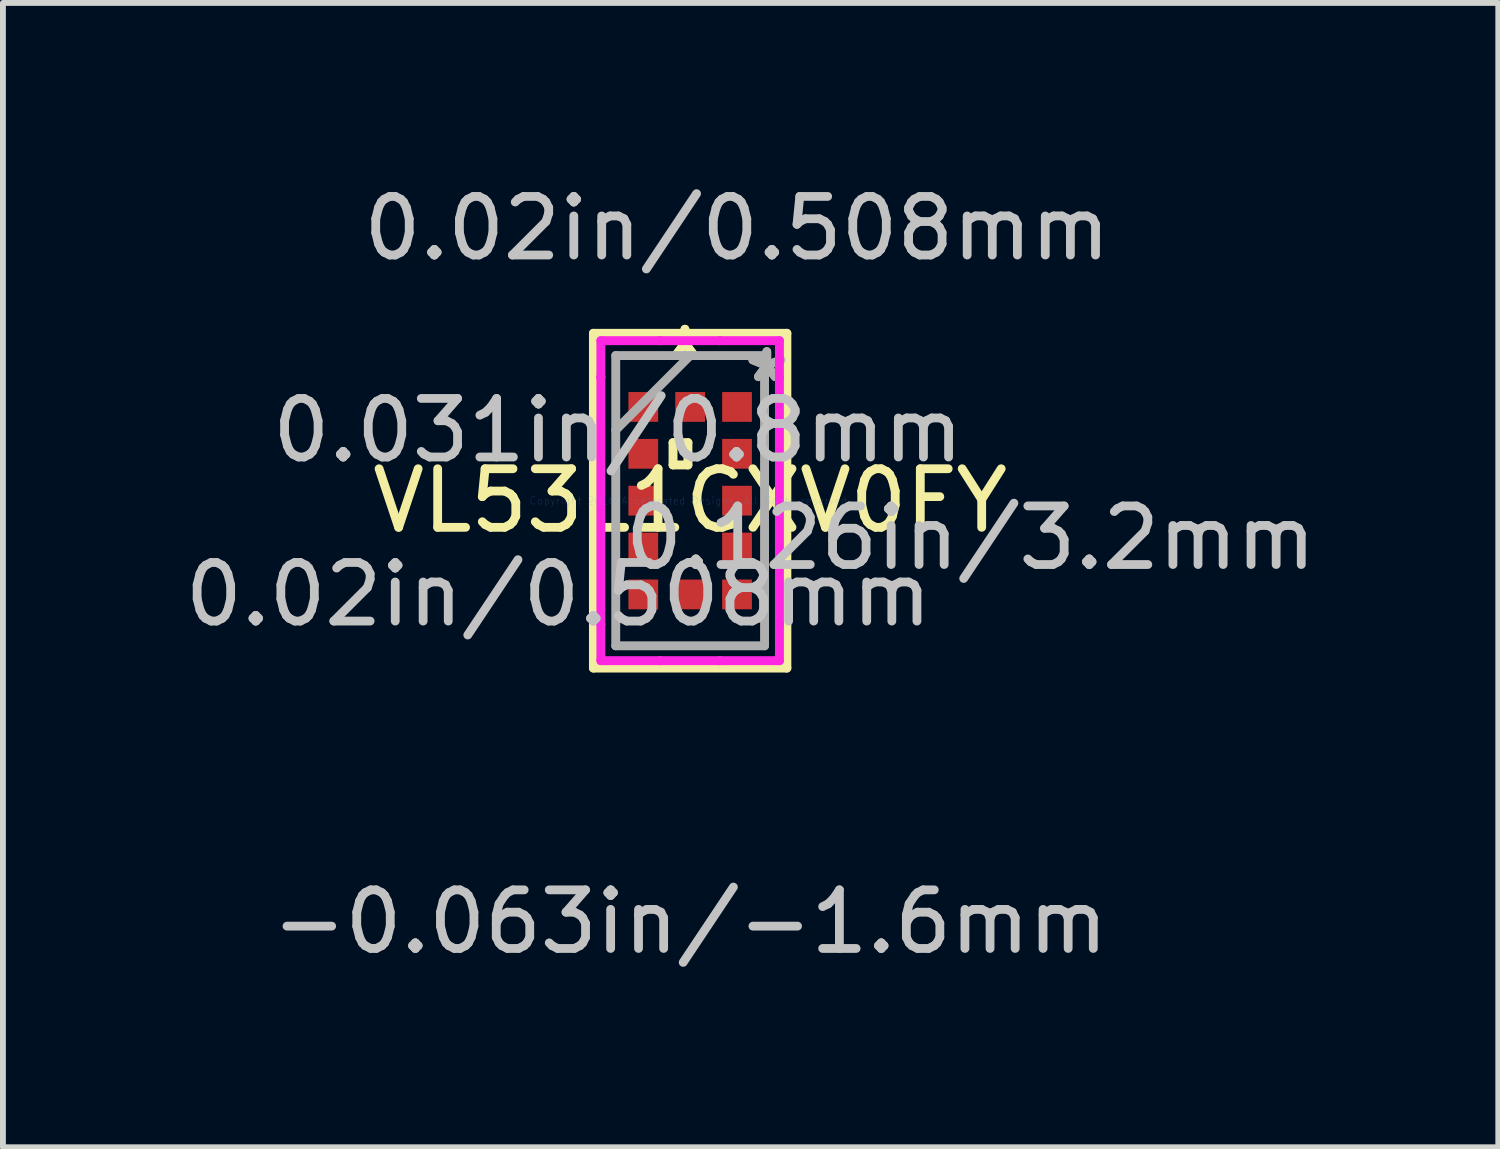
<source format=kicad_pcb>
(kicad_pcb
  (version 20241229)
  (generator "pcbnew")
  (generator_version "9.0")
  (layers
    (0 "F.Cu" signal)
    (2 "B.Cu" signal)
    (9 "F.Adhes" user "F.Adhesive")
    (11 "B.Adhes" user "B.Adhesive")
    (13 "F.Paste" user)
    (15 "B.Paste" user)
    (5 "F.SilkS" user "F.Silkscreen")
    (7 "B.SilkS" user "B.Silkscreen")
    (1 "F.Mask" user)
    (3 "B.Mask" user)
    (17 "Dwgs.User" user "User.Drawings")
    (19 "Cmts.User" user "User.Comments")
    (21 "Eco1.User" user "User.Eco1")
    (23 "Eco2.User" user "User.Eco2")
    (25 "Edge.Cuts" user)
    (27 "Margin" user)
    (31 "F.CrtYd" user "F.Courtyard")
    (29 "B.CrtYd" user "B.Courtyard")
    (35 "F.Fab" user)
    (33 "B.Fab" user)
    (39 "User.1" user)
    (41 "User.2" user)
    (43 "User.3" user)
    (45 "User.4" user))
  (footprint "VL53L1CXV0FY"
    (layer "F.Cu")
    (at 8.73 5.496)
    (property "Reference" "VL53L1CXV0FY" (at 0 0 0) (layer "F.SilkS") (effects (font (size 1 1) (thickness 0.15))))
    (attr through_hole)
    (fp_line (start -1.651 -2.857) (end -1.651 2.857) (stroke (width 0.152) (type solid)) (layer "F.SilkS"))
    (fp_line (start -1.651 2.857) (end 1.651 2.857) (stroke (width 0.152) (type solid)) (layer "F.SilkS"))
    (fp_line (start -0.292 -0.991) (end -0.038 -0.991) (stroke (width 0.152) (type solid)) (layer "F.SilkS"))
    (fp_line (start -0.292 -0.61) (end -0.292 -0.991) (stroke (width 0.152) (type solid)) (layer "F.SilkS"))
    (fp_line (start -0.038 -0.991) (end -0.038 -0.61) (stroke (width 0.152) (type solid)) (layer "F.SilkS"))
    (fp_line (start -0.038 -0.61) (end -0.292 -0.61) (stroke (width 0.152) (type solid)) (layer "F.SilkS"))
    (fp_line (start 1.651 -2.857) (end -1.651 -2.857) (stroke (width 0.152) (type solid)) (layer "F.SilkS"))
    (fp_line (start 1.651 2.857) (end 1.651 -2.857) (stroke (width 0.152) (type solid)) (layer "F.SilkS"))
    (fp_line (start -1.524 -2.731) (end -0.508 -2.731) (stroke (width 0.152) (type solid)) (layer "F.CrtYd"))
    (fp_line (start -1.524 -2.108) (end -1.524 -2.731) (stroke (width 0.152) (type solid)) (layer "F.CrtYd"))
    (fp_line (start -1.524 -2.108) (end -1.524 -2.108) (stroke (width 0.152) (type solid)) (layer "F.CrtYd"))
    (fp_line (start -1.524 2.108) (end -1.524 -2.108) (stroke (width 0.152) (type solid)) (layer "F.CrtYd"))
    (fp_line (start -1.524 2.108) (end -1.524 2.108) (stroke (width 0.152) (type solid)) (layer "F.CrtYd"))
    (fp_line (start -1.524 2.731) (end -1.524 2.108) (stroke (width 0.152) (type solid)) (layer "F.CrtYd"))
    (fp_line (start -0.508 -2.731) (end -0.508 -2.731) (stroke (width 0.152) (type solid)) (layer "F.CrtYd"))
    (fp_line (start -0.508 -2.731) (end 0.508 -2.731) (stroke (width 0.152) (type solid)) (layer "F.CrtYd"))
    (fp_line (start -0.508 2.731) (end -1.524 2.731) (stroke (width 0.152) (type solid)) (layer "F.CrtYd"))
    (fp_line (start -0.508 2.731) (end -0.508 2.731) (stroke (width 0.152) (type solid)) (layer "F.CrtYd"))
    (fp_line (start 0.508 -2.731) (end 0.508 -2.731) (stroke (width 0.152) (type solid)) (layer "F.CrtYd"))
    (fp_line (start 0.508 -2.731) (end 1.524 -2.731) (stroke (width 0.152) (type solid)) (layer "F.CrtYd"))
    (fp_line (start 0.508 2.731) (end -0.508 2.731) (stroke (width 0.152) (type solid)) (layer "F.CrtYd"))
    (fp_line (start 0.508 2.731) (end 0.508 2.731) (stroke (width 0.152) (type solid)) (layer "F.CrtYd"))
    (fp_line (start 1.524 -2.731) (end 1.524 -2.108) (stroke (width 0.152) (type solid)) (layer "F.CrtYd"))
    (fp_line (start 1.524 -2.108) (end 1.524 -2.108) (stroke (width 0.152) (type solid)) (layer "F.CrtYd"))
    (fp_line (start 1.524 -2.108) (end 1.524 2.108) (stroke (width 0.152) (type solid)) (layer "F.CrtYd"))
    (fp_line (start 1.524 2.108) (end 1.524 2.108) (stroke (width 0.152) (type solid)) (layer "F.CrtYd"))
    (fp_line (start 1.524 2.108) (end 1.524 2.731) (stroke (width 0.152) (type solid)) (layer "F.CrtYd"))
    (fp_line (start 1.524 2.731) (end 0.508 2.731) (stroke (width 0.152) (type solid)) (layer "F.CrtYd"))
    (fp_line (start -1.27 -2.477) (end -1.27 2.477) (stroke (width 0.152) (type solid)) (layer "F.Fab"))
    (fp_line (start -1.27 -1.206) (end 0 -2.477) (stroke (width 0.152) (type solid)) (layer "F.Fab"))
    (fp_line (start -1.27 2.477) (end 1.27 2.477) (stroke (width 0.152) (type solid)) (layer "F.Fab"))
    (fp_line (start 1.27 -2.477) (end -1.27 -2.477) (stroke (width 0.152) (type solid)) (layer "F.Fab"))
    (fp_line (start 1.27 2.477) (end 1.27 -2.477) (stroke (width 0.152) (type solid)) (layer "F.Fab"))
    (fp_text user "*" (at -0.089 -2.381 0) (layer "F.SilkS") (effects (font (size 1 1) (thickness 0.15))))
    (fp_text user "*" (at -0.089 -2.381 0) (layer "F.SilkS") (effects (font (size 1 1) (thickness 0.15))))
    (fp_text user "-0.063in/-1.6mm" (at 0 7.188 0) (layer "Dwgs.User") (effects (font (size 1 1) (thickness 0.15))))
    (fp_text user "0.031in/0.8mm" (at -1.232 -1.2 0) (layer "Dwgs.User") (effects (font (size 1 1) (thickness 0.15))))
    (fp_text user "0.02in/0.508mm" (at 0.8 -4.648 0) (layer "Dwgs.User") (effects (font (size 1 1) (thickness 0.15))))
    (fp_text user "0.02in/0.508mm" (at -2.248 1.6 0) (layer "Dwgs.User") (effects (font (size 1 1) (thickness 0.15))))
    (fp_text user "0.126in/3.2mm" (at 4.788 0.635 0) (layer "Dwgs.User") (effects (font (size 1 1) (thickness 0.15))))
    (fp_text user "Copyright 2016 Accelerated Designs. All rights reserved." (at 0 0 0) (layer "Cmts.User") (effects (font (size 0.127 0.127) (thickness 0.002))))
    (fp_text user "*" (at 1.308 -2 0) (layer "F.Fab") (effects (font (size 1 1) (thickness 0.15))))
    (fp_text user "*" (at 1.308 -2 0) (layer "F.Fab") (effects (font (size 1 1) (thickness 0.15))))
    (pad "1" smd rect (at 0.8 -1.6 90) (size 0.508 0.508) (layers "F.Cu" "F.Mask" "F.Paste"))
    (pad "2" smd rect (at 0.8 -0.8 90) (size 0.508 0.508) (layers "F.Cu" "F.Mask" "F.Paste"))
    (pad "3" smd rect (at 0.8 0 90) (size 0.508 0.508) (layers "F.Cu" "F.Mask" "F.Paste"))
    (pad "4" smd rect (at 0.8 0.8 90) (size 0.508 0.508) (layers "F.Cu" "F.Mask" "F.Paste"))
    (pad "5" smd rect (at 0.8 1.6 90) (size 0.508 0.508) (layers "F.Cu" "F.Mask" "F.Paste"))
    (pad "6" smd rect (at 0 1.6) (size 0.508 0.508) (layers "F.Cu" "F.Mask" "F.Paste"))
    (pad "7" smd rect (at -0.8 1.6 90) (size 0.508 0.508) (layers "F.Cu" "F.Mask" "F.Paste"))
    (pad "8" smd rect (at -0.8 0.8 90) (size 0.508 0.508) (layers "F.Cu" "F.Mask" "F.Paste"))
    (pad "9" smd rect (at -0.8 0 90) (size 0.508 0.508) (layers "F.Cu" "F.Mask" "F.Paste"))
    (pad "10" smd rect (at -0.8 -0.8 90) (size 0.508 0.508) (layers "F.Cu" "F.Mask" "F.Paste"))
    (pad "11" smd rect (at -0.8 -1.6 90) (size 0.508 0.508) (layers "F.Cu" "F.Mask" "F.Paste"))
    (pad "12" smd rect (at 0 -1.6) (size 0.508 0.508) (layers "F.Cu" "F.Mask" "F.Paste")))
  (gr_rect
    (start -3 -3)
    (end 22.524 16.532)
    (stroke (width 0.1) (type default))
    (fill no)
    (layer "Edge.Cuts")))
</source>
